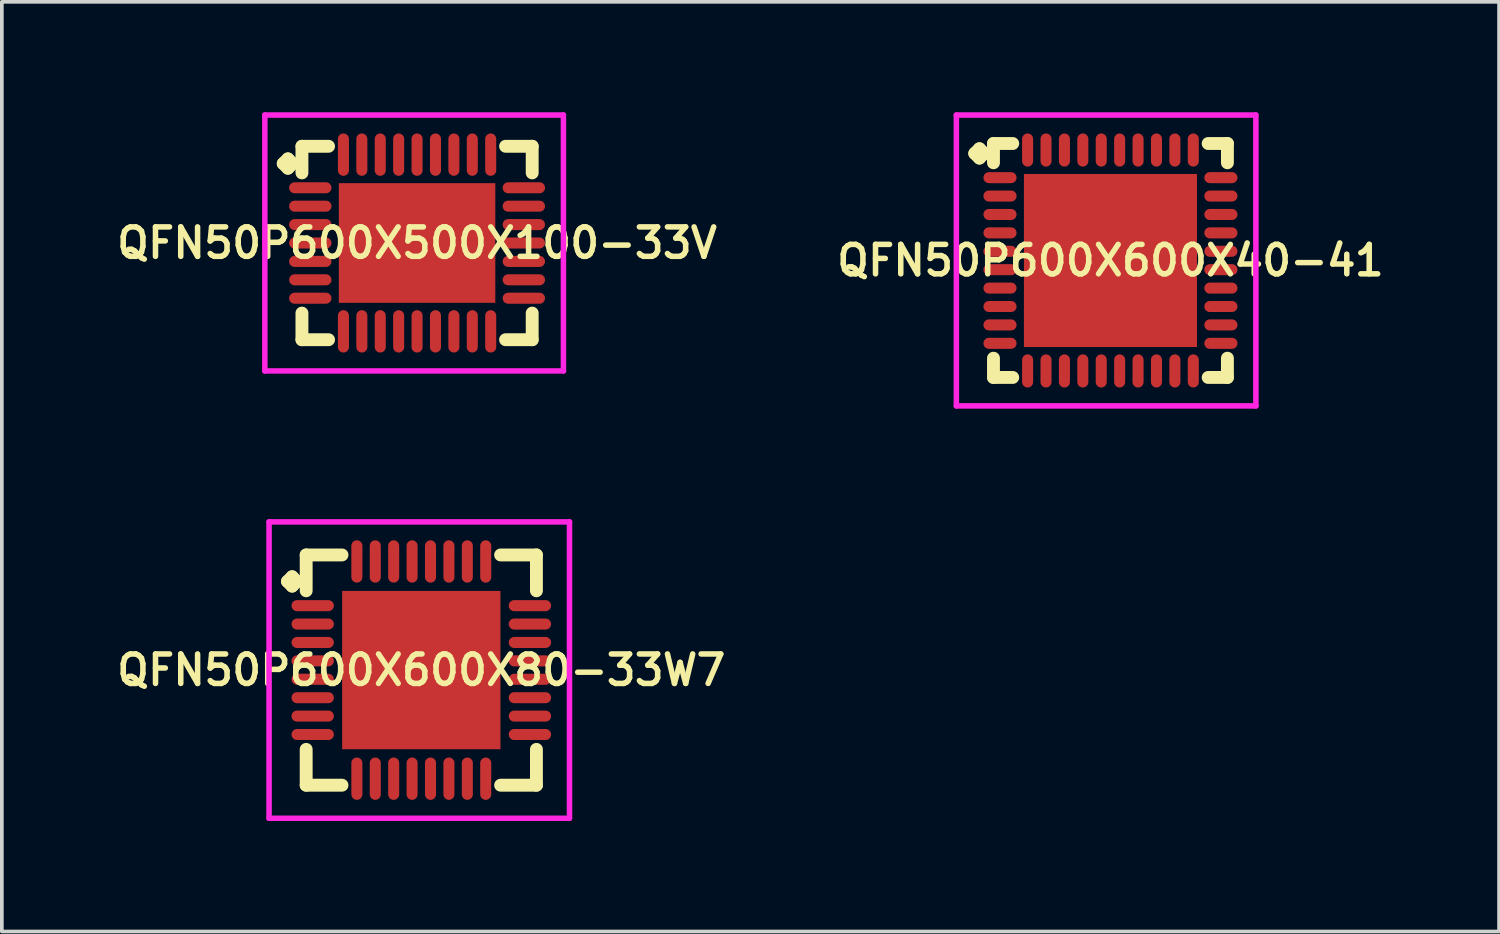
<source format=kicad_pcb>
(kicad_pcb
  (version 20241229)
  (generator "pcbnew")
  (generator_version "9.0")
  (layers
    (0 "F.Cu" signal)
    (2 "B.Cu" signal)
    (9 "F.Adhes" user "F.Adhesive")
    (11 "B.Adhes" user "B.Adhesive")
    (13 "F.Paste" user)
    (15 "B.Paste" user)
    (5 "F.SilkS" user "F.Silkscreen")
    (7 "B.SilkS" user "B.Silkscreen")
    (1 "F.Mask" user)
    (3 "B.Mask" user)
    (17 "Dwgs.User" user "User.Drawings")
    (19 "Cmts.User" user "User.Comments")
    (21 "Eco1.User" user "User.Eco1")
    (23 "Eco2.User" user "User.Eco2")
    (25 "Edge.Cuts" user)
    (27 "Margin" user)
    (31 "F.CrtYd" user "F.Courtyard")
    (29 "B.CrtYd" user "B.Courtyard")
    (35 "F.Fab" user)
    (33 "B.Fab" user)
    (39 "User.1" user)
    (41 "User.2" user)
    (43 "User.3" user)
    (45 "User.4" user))
  (footprint "QFN50P600X500X100-33V"
    (layer "F.Cu")
    (at 8.278 3.55)
    (property "Reference" "QFN50P600X500X100-33V" (at 0 0 0) (layer "F.SilkS") (effects (font (size 0.8 0.8) (thickness 0.15))))
    (attr smd)
    (fp_line (start -3.635 -2.158) (end -3.508 -2.285) (stroke (width 0.35) (type solid)) (layer "F.SilkS"))
    (fp_line (start -3.508 -2.285) (end -3.381 -2.158) (stroke (width 0.35) (type solid)) (layer "F.SilkS"))
    (fp_line (start -3.508 -2.031) (end -3.635 -2.158) (stroke (width 0.35) (type solid)) (layer "F.SilkS"))
    (fp_line (start -3.381 -2.158) (end -3.508 -2.031) (stroke (width 0.35) (type solid)) (layer "F.SilkS"))
    (fp_line (start -3.127 -2.627) (end -2.404 -2.627) (stroke (width 0.35) (type solid)) (layer "F.SilkS"))
    (fp_line (start -3.127 -1.904) (end -3.127 -2.627) (stroke (width 0.35) (type solid)) (layer "F.SilkS"))
    (fp_line (start -3.127 1.904) (end -3.127 2.627) (stroke (width 0.35) (type solid)) (layer "F.SilkS"))
    (fp_line (start -3.127 2.627) (end -2.404 2.627) (stroke (width 0.35) (type solid)) (layer "F.SilkS"))
    (fp_line (start 2.404 -2.627) (end 3.127 -2.627) (stroke (width 0.35) (type solid)) (layer "F.SilkS"))
    (fp_line (start 2.404 2.627) (end 3.127 2.627) (stroke (width 0.35) (type solid)) (layer "F.SilkS"))
    (fp_line (start 3.127 -2.627) (end 3.127 -1.904) (stroke (width 0.35) (type solid)) (layer "F.SilkS"))
    (fp_line (start 3.127 2.627) (end 3.127 1.904) (stroke (width 0.35) (type solid)) (layer "F.SilkS"))
    (fp_line (start -4.135 -3.475) (end 3.975 -3.475) (stroke (width 0.15) (type solid)) (layer "F.CrtYd"))
    (fp_line (start -4.135 3.475) (end -4.135 -3.475) (stroke (width 0.15) (type solid)) (layer "F.CrtYd"))
    (fp_line (start 3.975 -3.475) (end 3.975 3.475) (stroke (width 0.15) (type solid)) (layer "F.CrtYd"))
    (fp_line (start 3.975 3.475) (end -4.135 3.475) (stroke (width 0.15) (type solid)) (layer "F.CrtYd"))
    (pad "1" smd oval (at -2.9 -1.5) (size 1.15 0.3) (layers "F.Cu" "F.Mask" "F.Paste"))
    (pad "2" smd oval (at -2.9 -1) (size 1.15 0.3) (layers "F.Cu" "F.Mask" "F.Paste"))
    (pad "3" smd oval (at -2.9 -0.5) (size 1.15 0.3) (layers "F.Cu" "F.Mask" "F.Paste"))
    (pad "4" smd oval (at -2.9 0) (size 1.15 0.3) (layers "F.Cu" "F.Mask" "F.Paste"))
    (pad "5" smd oval (at -2.9 0.5) (size 1.15 0.3) (layers "F.Cu" "F.Mask" "F.Paste"))
    (pad "6" smd oval (at -2.9 1) (size 1.15 0.3) (layers "F.Cu" "F.Mask" "F.Paste"))
    (pad "7" smd oval (at -2.9 1.5) (size 1.15 0.3) (layers "F.Cu" "F.Mask" "F.Paste"))
    (pad "8" smd oval (at -2 2.4) (size 0.3 1.15) (layers "F.Cu" "F.Mask" "F.Paste"))
    (pad "9" smd oval (at -1.5 2.4) (size 0.3 1.15) (layers "F.Cu" "F.Mask" "F.Paste"))
    (pad "10" smd oval (at -1 2.4) (size 0.3 1.15) (layers "F.Cu" "F.Mask" "F.Paste"))
    (pad "11" smd oval (at -0.5 2.4) (size 0.3 1.15) (layers "F.Cu" "F.Mask" "F.Paste"))
    (pad "12" smd oval (at 0 2.4) (size 0.3 1.15) (layers "F.Cu" "F.Mask" "F.Paste"))
    (pad "13" smd oval (at 0.5 2.4) (size 0.3 1.15) (layers "F.Cu" "F.Mask" "F.Paste"))
    (pad "14" smd oval (at 1 2.4) (size 0.3 1.15) (layers "F.Cu" "F.Mask" "F.Paste"))
    (pad "15" smd oval (at 1.5 2.4) (size 0.3 1.15) (layers "F.Cu" "F.Mask" "F.Paste"))
    (pad "16" smd oval (at 2 2.4) (size 0.3 1.15) (layers "F.Cu" "F.Mask" "F.Paste"))
    (pad "17" smd oval (at 2.9 1.5) (size 1.15 0.3) (layers "F.Cu" "F.Mask" "F.Paste"))
    (pad "18" smd oval (at 2.9 1) (size 1.15 0.3) (layers "F.Cu" "F.Mask" "F.Paste"))
    (pad "19" smd oval (at 2.9 0.5) (size 1.15 0.3) (layers "F.Cu" "F.Mask" "F.Paste"))
    (pad "20" smd oval (at 2.9 0) (size 1.15 0.3) (layers "F.Cu" "F.Mask" "F.Paste"))
    (pad "21" smd oval (at 2.9 -0.5) (size 1.15 0.3) (layers "F.Cu" "F.Mask" "F.Paste"))
    (pad "22" smd oval (at 2.9 -1) (size 1.15 0.3) (layers "F.Cu" "F.Mask" "F.Paste"))
    (pad "23" smd oval (at 2.9 -1.5) (size 1.15 0.3) (layers "F.Cu" "F.Mask" "F.Paste"))
    (pad "24" smd oval (at 2 -2.4) (size 0.3 1.15) (layers "F.Cu" "F.Mask" "F.Paste"))
    (pad "25" smd oval (at 1.5 -2.4) (size 0.3 1.15) (layers "F.Cu" "F.Mask" "F.Paste"))
    (pad "26" smd oval (at 1 -2.4) (size 0.3 1.15) (layers "F.Cu" "F.Mask" "F.Paste"))
    (pad "27" smd oval (at 0.5 -2.4) (size 0.3 1.15) (layers "F.Cu" "F.Mask" "F.Paste"))
    (pad "28" smd oval (at 0 -2.4) (size 0.3 1.15) (layers "F.Cu" "F.Mask" "F.Paste"))
    (pad "29" smd oval (at -0.5 -2.4) (size 0.3 1.15) (layers "F.Cu" "F.Mask" "F.Paste"))
    (pad "30" smd oval (at -1 -2.4) (size 0.3 1.15) (layers "F.Cu" "F.Mask" "F.Paste"))
    (pad "31" smd oval (at -1.5 -2.4) (size 0.3 1.15) (layers "F.Cu" "F.Mask" "F.Paste"))
    (pad "32" smd oval (at -2 -2.4) (size 0.3 1.15) (layers "F.Cu" "F.Mask" "F.Paste"))
    (pad "33" smd rect (at 0 0) (size 4.25 3.25) (layers "F.Cu" "F.Mask" "F.Paste")))
  (footprint "QFN50P600X600X80-33W7"
    (layer "F.Cu")
    (at 8.393 15.15)
    (property "Reference" "QFN50P600X600X80-33W7" (at 0 0 0) (layer "F.SilkS") (effects (font (size 0.8 0.8) (thickness 0.15))))
    (attr smd)
    (fp_line (start -3.635 -2.408) (end -3.508 -2.535) (stroke (width 0.35) (type solid)) (layer "F.SilkS"))
    (fp_line (start -3.508 -2.535) (end -3.381 -2.408) (stroke (width 0.35) (type solid)) (layer "F.SilkS"))
    (fp_line (start -3.508 -2.281) (end -3.635 -2.408) (stroke (width 0.35) (type solid)) (layer "F.SilkS"))
    (fp_line (start -3.381 -2.408) (end -3.508 -2.281) (stroke (width 0.35) (type solid)) (layer "F.SilkS"))
    (fp_line (start -3.127 -3.127) (end -2.154 -3.127) (stroke (width 0.35) (type solid)) (layer "F.SilkS"))
    (fp_line (start -3.127 -2.154) (end -3.127 -3.127) (stroke (width 0.35) (type solid)) (layer "F.SilkS"))
    (fp_line (start -3.127 2.154) (end -3.127 3.127) (stroke (width 0.35) (type solid)) (layer "F.SilkS"))
    (fp_line (start -3.127 3.127) (end -2.154 3.127) (stroke (width 0.35) (type solid)) (layer "F.SilkS"))
    (fp_line (start 2.154 -3.127) (end 3.127 -3.127) (stroke (width 0.35) (type solid)) (layer "F.SilkS"))
    (fp_line (start 2.154 3.127) (end 3.127 3.127) (stroke (width 0.35) (type solid)) (layer "F.SilkS"))
    (fp_line (start 3.127 -3.127) (end 3.127 -2.154) (stroke (width 0.35) (type solid)) (layer "F.SilkS"))
    (fp_line (start 3.127 3.127) (end 3.127 2.154) (stroke (width 0.35) (type solid)) (layer "F.SilkS"))
    (fp_line (start -4.135 -4.025) (end 4.025 -4.025) (stroke (width 0.15) (type solid)) (layer "F.CrtYd"))
    (fp_line (start -4.135 4.025) (end -4.135 -4.025) (stroke (width 0.15) (type solid)) (layer "F.CrtYd"))
    (fp_line (start 4.025 -4.025) (end 4.025 4.025) (stroke (width 0.15) (type solid)) (layer "F.CrtYd"))
    (fp_line (start 4.025 4.025) (end -4.135 4.025) (stroke (width 0.15) (type solid)) (layer "F.CrtYd"))
    (pad "1" smd oval (at -2.95 -1.75) (size 1.15 0.3) (layers "F.Cu" "F.Mask" "F.Paste"))
    (pad "2" smd oval (at -2.95 -1.25) (size 1.15 0.3) (layers "F.Cu" "F.Mask" "F.Paste"))
    (pad "3" smd oval (at -2.95 -0.75) (size 1.15 0.3) (layers "F.Cu" "F.Mask" "F.Paste"))
    (pad "4" smd oval (at -2.95 -0.25) (size 1.15 0.3) (layers "F.Cu" "F.Mask" "F.Paste"))
    (pad "5" smd oval (at -2.95 0.25) (size 1.15 0.3) (layers "F.Cu" "F.Mask" "F.Paste"))
    (pad "6" smd oval (at -2.95 0.75) (size 1.15 0.3) (layers "F.Cu" "F.Mask" "F.Paste"))
    (pad "7" smd oval (at -2.95 1.25) (size 1.15 0.3) (layers "F.Cu" "F.Mask" "F.Paste"))
    (pad "8" smd oval (at -2.95 1.75) (size 1.15 0.3) (layers "F.Cu" "F.Mask" "F.Paste"))
    (pad "9" smd oval (at -1.75 2.95) (size 0.3 1.15) (layers "F.Cu" "F.Mask" "F.Paste"))
    (pad "10" smd oval (at -1.25 2.95) (size 0.3 1.15) (layers "F.Cu" "F.Mask" "F.Paste"))
    (pad "11" smd oval (at -0.75 2.95) (size 0.3 1.15) (layers "F.Cu" "F.Mask" "F.Paste"))
    (pad "12" smd oval (at -0.25 2.95) (size 0.3 1.15) (layers "F.Cu" "F.Mask" "F.Paste"))
    (pad "13" smd oval (at 0.25 2.95) (size 0.3 1.15) (layers "F.Cu" "F.Mask" "F.Paste"))
    (pad "14" smd oval (at 0.75 2.95) (size 0.3 1.15) (layers "F.Cu" "F.Mask" "F.Paste"))
    (pad "15" smd oval (at 1.25 2.95) (size 0.3 1.15) (layers "F.Cu" "F.Mask" "F.Paste"))
    (pad "16" smd oval (at 1.75 2.95) (size 0.3 1.15) (layers "F.Cu" "F.Mask" "F.Paste"))
    (pad "17" smd oval (at 2.95 1.75) (size 1.15 0.3) (layers "F.Cu" "F.Mask" "F.Paste"))
    (pad "18" smd oval (at 2.95 1.25) (size 1.15 0.3) (layers "F.Cu" "F.Mask" "F.Paste"))
    (pad "19" smd oval (at 2.95 0.75) (size 1.15 0.3) (layers "F.Cu" "F.Mask" "F.Paste"))
    (pad "20" smd oval (at 2.95 0.25) (size 1.15 0.3) (layers "F.Cu" "F.Mask" "F.Paste"))
    (pad "21" smd oval (at 2.95 -0.25) (size 1.15 0.3) (layers "F.Cu" "F.Mask" "F.Paste"))
    (pad "22" smd oval (at 2.95 -0.75) (size 1.15 0.3) (layers "F.Cu" "F.Mask" "F.Paste"))
    (pad "23" smd oval (at 2.95 -1.25) (size 1.15 0.3) (layers "F.Cu" "F.Mask" "F.Paste"))
    (pad "24" smd oval (at 2.95 -1.75) (size 1.15 0.3) (layers "F.Cu" "F.Mask" "F.Paste"))
    (pad "25" smd oval (at 1.75 -2.95) (size 0.3 1.15) (layers "F.Cu" "F.Mask" "F.Paste"))
    (pad "26" smd oval (at 1.25 -2.95) (size 0.3 1.15) (layers "F.Cu" "F.Mask" "F.Paste"))
    (pad "27" smd oval (at 0.75 -2.95) (size 0.3 1.15) (layers "F.Cu" "F.Mask" "F.Paste"))
    (pad "28" smd oval (at 0.25 -2.95) (size 0.3 1.15) (layers "F.Cu" "F.Mask" "F.Paste"))
    (pad "29" smd oval (at -0.25 -2.95) (size 0.3 1.15) (layers "F.Cu" "F.Mask" "F.Paste"))
    (pad "30" smd oval (at -0.75 -2.95) (size 0.3 1.15) (layers "F.Cu" "F.Mask" "F.Paste"))
    (pad "31" smd oval (at -1.25 -2.95) (size 0.3 1.15) (layers "F.Cu" "F.Mask" "F.Paste"))
    (pad "32" smd oval (at -1.75 -2.95) (size 0.3 1.15) (layers "F.Cu" "F.Mask" "F.Paste"))
    (pad "33" smd rect (at 0 0) (size 4.3 4.3) (layers "F.Cu" "F.Mask" "F.Paste")))
  (footprint "QFN50P600X600X40-41"
    (layer "F.Cu")
    (at 27.111 4.025)
    (property "Reference" "QFN50P600X600X40-41" (at 0 0 0) (layer "F.SilkS") (effects (font (size 0.8 0.8) (thickness 0.15))))
    (attr smd)
    (fp_line (start -3.685 -2.908) (end -3.558 -3.035) (stroke (width 0.35) (type solid)) (layer "F.SilkS"))
    (fp_line (start -3.558 -3.035) (end -3.431 -2.908) (stroke (width 0.35) (type solid)) (layer "F.SilkS"))
    (fp_line (start -3.558 -2.781) (end -3.685 -2.908) (stroke (width 0.35) (type solid)) (layer "F.SilkS"))
    (fp_line (start -3.431 -2.908) (end -3.558 -2.781) (stroke (width 0.35) (type solid)) (layer "F.SilkS"))
    (fp_line (start -3.177 -3.177) (end -2.654 -3.177) (stroke (width 0.35) (type solid)) (layer "F.SilkS"))
    (fp_line (start -3.177 -2.654) (end -3.177 -3.177) (stroke (width 0.35) (type solid)) (layer "F.SilkS"))
    (fp_line (start -3.177 2.654) (end -3.177 3.177) (stroke (width 0.35) (type solid)) (layer "F.SilkS"))
    (fp_line (start -3.177 3.177) (end -2.654 3.177) (stroke (width 0.35) (type solid)) (layer "F.SilkS"))
    (fp_line (start 2.654 -3.177) (end 3.177 -3.177) (stroke (width 0.35) (type solid)) (layer "F.SilkS"))
    (fp_line (start 2.654 3.177) (end 3.177 3.177) (stroke (width 0.35) (type solid)) (layer "F.SilkS"))
    (fp_line (start 3.177 -3.177) (end 3.177 -2.654) (stroke (width 0.35) (type solid)) (layer "F.SilkS"))
    (fp_line (start 3.177 3.177) (end 3.177 2.654) (stroke (width 0.35) (type solid)) (layer "F.SilkS"))
    (fp_line (start -4.185 -3.95) (end 3.95 -3.95) (stroke (width 0.15) (type solid)) (layer "F.CrtYd"))
    (fp_line (start -4.185 3.95) (end -4.185 -3.95) (stroke (width 0.15) (type solid)) (layer "F.CrtYd"))
    (fp_line (start 3.95 -3.95) (end 3.95 3.95) (stroke (width 0.15) (type solid)) (layer "F.CrtYd"))
    (fp_line (start 3.95 3.95) (end -4.185 3.95) (stroke (width 0.15) (type solid)) (layer "F.CrtYd"))
    (pad "1" smd oval (at -3 -2.25) (size 0.9 0.3) (layers "F.Cu" "F.Mask" "F.Paste"))
    (pad "2" smd oval (at -3 -1.75) (size 0.9 0.3) (layers "F.Cu" "F.Mask" "F.Paste"))
    (pad "3" smd oval (at -3 -1.25) (size 0.9 0.3) (layers "F.Cu" "F.Mask" "F.Paste"))
    (pad "4" smd oval (at -3 -0.75) (size 0.9 0.3) (layers "F.Cu" "F.Mask" "F.Paste"))
    (pad "5" smd oval (at -3 -0.25) (size 0.9 0.3) (layers "F.Cu" "F.Mask" "F.Paste"))
    (pad "6" smd oval (at -3 0.25) (size 0.9 0.3) (layers "F.Cu" "F.Mask" "F.Paste"))
    (pad "7" smd oval (at -3 0.75) (size 0.9 0.3) (layers "F.Cu" "F.Mask" "F.Paste"))
    (pad "8" smd oval (at -3 1.25) (size 0.9 0.3) (layers "F.Cu" "F.Mask" "F.Paste"))
    (pad "9" smd oval (at -3 1.75) (size 0.9 0.3) (layers "F.Cu" "F.Mask" "F.Paste"))
    (pad "10" smd oval (at -3 2.25) (size 0.9 0.3) (layers "F.Cu" "F.Mask" "F.Paste"))
    (pad "11" smd oval (at -2.25 3) (size 0.3 0.9) (layers "F.Cu" "F.Mask" "F.Paste"))
    (pad "12" smd oval (at -1.75 3) (size 0.3 0.9) (layers "F.Cu" "F.Mask" "F.Paste"))
    (pad "13" smd oval (at -1.25 3) (size 0.3 0.9) (layers "F.Cu" "F.Mask" "F.Paste"))
    (pad "14" smd oval (at -0.75 3) (size 0.3 0.9) (layers "F.Cu" "F.Mask" "F.Paste"))
    (pad "15" smd oval (at -0.25 3) (size 0.3 0.9) (layers "F.Cu" "F.Mask" "F.Paste"))
    (pad "16" smd oval (at 0.25 3) (size 0.3 0.9) (layers "F.Cu" "F.Mask" "F.Paste"))
    (pad "17" smd oval (at 0.75 3) (size 0.3 0.9) (layers "F.Cu" "F.Mask" "F.Paste"))
    (pad "18" smd oval (at 1.25 3) (size 0.3 0.9) (layers "F.Cu" "F.Mask" "F.Paste"))
    (pad "19" smd oval (at 1.75 3) (size 0.3 0.9) (layers "F.Cu" "F.Mask" "F.Paste"))
    (pad "20" smd oval (at 2.25 3) (size 0.3 0.9) (layers "F.Cu" "F.Mask" "F.Paste"))
    (pad "21" smd oval (at 3 2.25) (size 0.9 0.3) (layers "F.Cu" "F.Mask" "F.Paste"))
    (pad "22" smd oval (at 3 1.75) (size 0.9 0.3) (layers "F.Cu" "F.Mask" "F.Paste"))
    (pad "23" smd oval (at 3 1.25) (size 0.9 0.3) (layers "F.Cu" "F.Mask" "F.Paste"))
    (pad "24" smd oval (at 3 0.75) (size 0.9 0.3) (layers "F.Cu" "F.Mask" "F.Paste"))
    (pad "25" smd oval (at 3 0.25) (size 0.9 0.3) (layers "F.Cu" "F.Mask" "F.Paste"))
    (pad "26" smd oval (at 3 -0.25) (size 0.9 0.3) (layers "F.Cu" "F.Mask" "F.Paste"))
    (pad "27" smd oval (at 3 -0.75) (size 0.9 0.3) (layers "F.Cu" "F.Mask" "F.Paste"))
    (pad "28" smd oval (at 3 -1.25) (size 0.9 0.3) (layers "F.Cu" "F.Mask" "F.Paste"))
    (pad "29" smd oval (at 3 -1.75) (size 0.9 0.3) (layers "F.Cu" "F.Mask" "F.Paste"))
    (pad "30" smd oval (at 3 -2.25) (size 0.9 0.3) (layers "F.Cu" "F.Mask" "F.Paste"))
    (pad "31" smd oval (at 2.25 -3) (size 0.3 0.9) (layers "F.Cu" "F.Mask" "F.Paste"))
    (pad "32" smd oval (at 1.75 -3) (size 0.3 0.9) (layers "F.Cu" "F.Mask" "F.Paste"))
    (pad "33" smd oval (at 1.25 -3) (size 0.3 0.9) (layers "F.Cu" "F.Mask" "F.Paste"))
    (pad "34" smd oval (at 0.75 -3) (size 0.3 0.9) (layers "F.Cu" "F.Mask" "F.Paste"))
    (pad "35" smd oval (at 0.25 -3) (size 0.3 0.9) (layers "F.Cu" "F.Mask" "F.Paste"))
    (pad "36" smd oval (at -0.25 -3) (size 0.3 0.9) (layers "F.Cu" "F.Mask" "F.Paste"))
    (pad "37" smd oval (at -0.75 -3) (size 0.3 0.9) (layers "F.Cu" "F.Mask" "F.Paste"))
    (pad "38" smd oval (at -1.25 -3) (size 0.3 0.9) (layers "F.Cu" "F.Mask" "F.Paste"))
    (pad "39" smd oval (at -1.75 -3) (size 0.3 0.9) (layers "F.Cu" "F.Mask" "F.Paste"))
    (pad "40" smd oval (at -2.25 -3) (size 0.3 0.9) (layers "F.Cu" "F.Mask" "F.Paste"))
    (pad "41" smd rect (at 0 0) (size 4.7 4.7) (layers "F.Cu" "F.Mask" "F.Paste")))
  (gr_rect
    (start -3 -3)
    (end 37.666 22.25)
    (stroke (width 0.1) (type default))
    (fill no)
    (layer "Edge.Cuts")))
</source>
